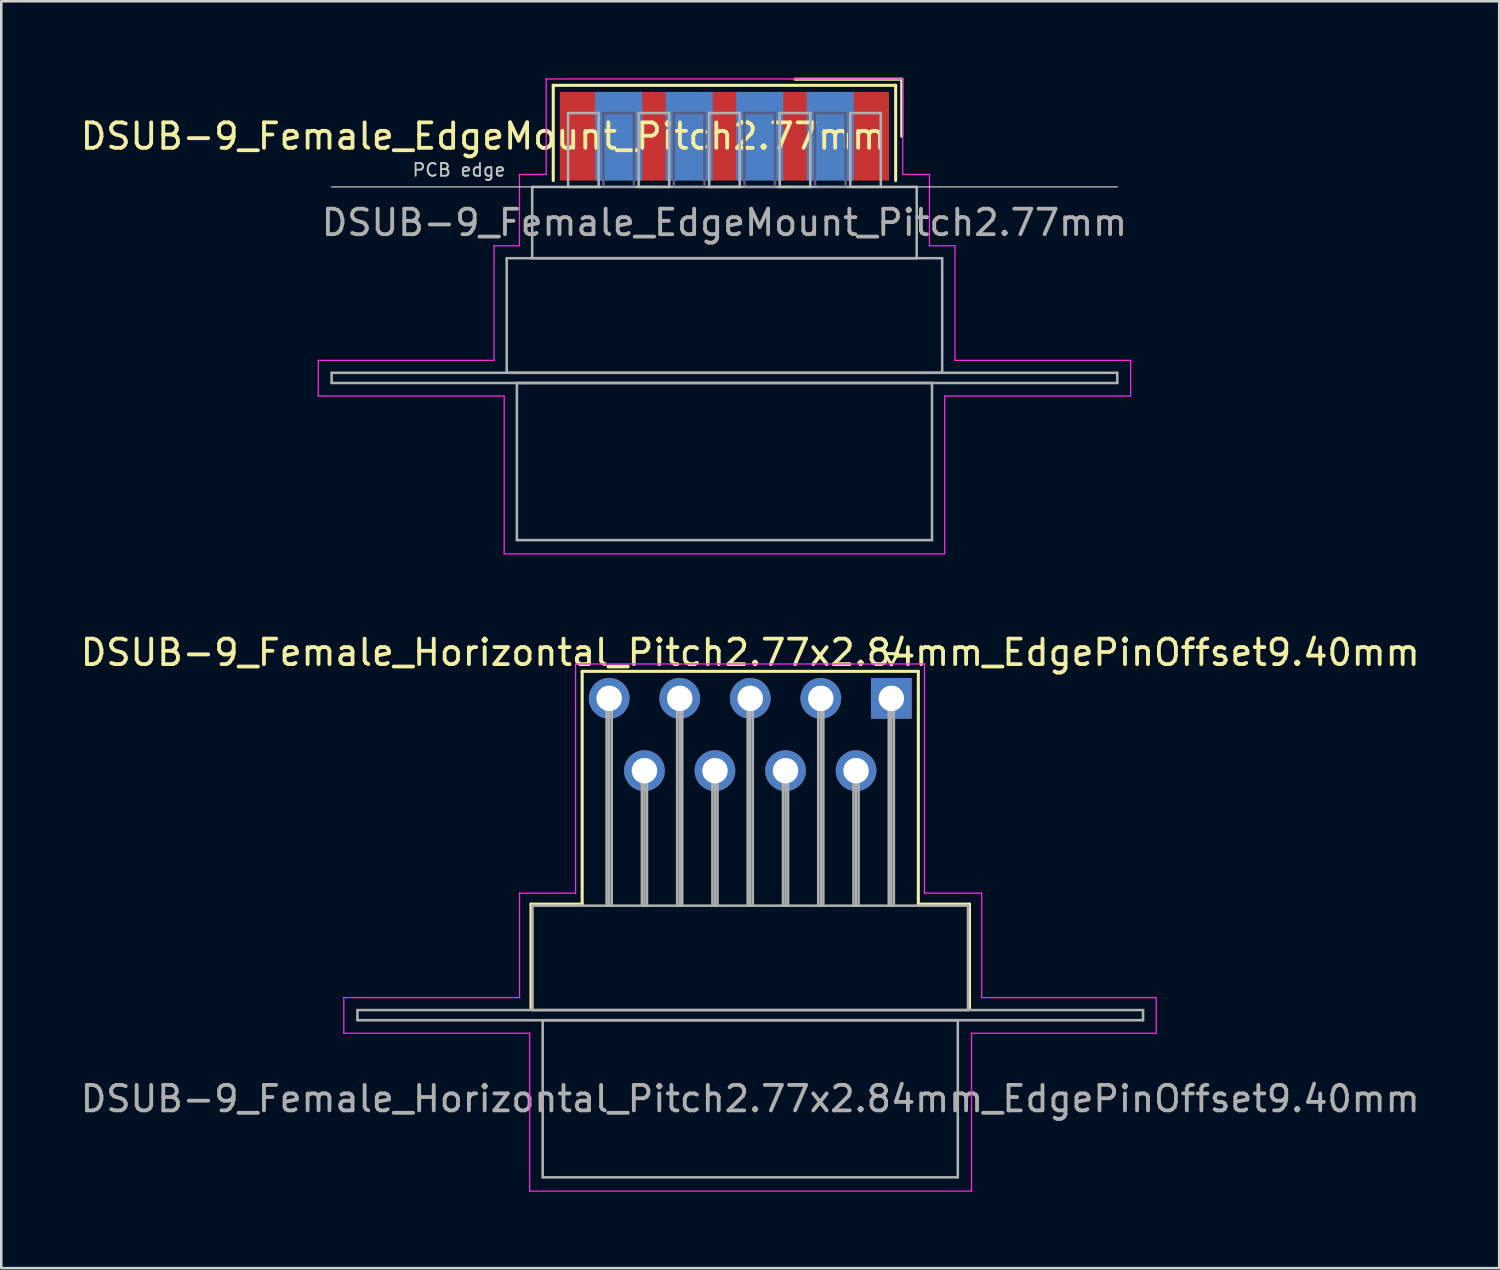
<source format=kicad_pcb>
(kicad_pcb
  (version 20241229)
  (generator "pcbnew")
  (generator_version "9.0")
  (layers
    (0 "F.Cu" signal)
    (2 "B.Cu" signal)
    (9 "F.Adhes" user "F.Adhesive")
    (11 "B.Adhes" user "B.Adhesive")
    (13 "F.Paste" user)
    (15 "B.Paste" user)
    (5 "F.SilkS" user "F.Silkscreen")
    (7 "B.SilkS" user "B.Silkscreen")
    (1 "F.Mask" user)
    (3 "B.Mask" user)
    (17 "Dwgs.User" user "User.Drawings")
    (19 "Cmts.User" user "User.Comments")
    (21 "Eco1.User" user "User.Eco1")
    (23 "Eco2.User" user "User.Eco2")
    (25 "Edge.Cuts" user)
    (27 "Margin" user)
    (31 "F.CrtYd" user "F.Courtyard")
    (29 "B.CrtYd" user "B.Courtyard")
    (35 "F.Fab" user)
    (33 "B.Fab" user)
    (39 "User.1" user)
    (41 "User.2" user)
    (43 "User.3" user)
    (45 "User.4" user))
  (footprint "DSUB-9_Female_Horizontal_Pitch2.77x2.84mm_EdgePinOffset9.40mm"
    (layer "F.Cu")
    (at 31.951 24.373)
    (property "Reference" "DSUB-9_Female_Horizontal_Pitch2.77x2.84mm_EdgePinOffset9.40mm" (at -5.54 -1.8 0) (layer "F.SilkS") (effects (font (size 1 1) (thickness 0.15))))
    (attr through_hole)
    (fp_line (start -14.15 8.08) (end -12.14 8.08) (stroke (width 0.12) (type solid)) (layer "F.SilkS"))
    (fp_line (start -14.15 12.18) (end -14.15 8.08) (stroke (width 0.12) (type solid)) (layer "F.SilkS"))
    (fp_line (start -12.14 -1.06) (end 1.06 -1.06) (stroke (width 0.12) (type solid)) (layer "F.SilkS"))
    (fp_line (start -12.14 8.08) (end -12.14 -1.06) (stroke (width 0.12) (type solid)) (layer "F.SilkS"))
    (fp_line (start -0.25 -1.754) (end 0.25 -1.754) (stroke (width 0.12) (type solid)) (layer "F.SilkS"))
    (fp_line (start 0 -1.321) (end -0.25 -1.754) (stroke (width 0.12) (type solid)) (layer "F.SilkS"))
    (fp_line (start 0.25 -1.754) (end 0 -1.321) (stroke (width 0.12) (type solid)) (layer "F.SilkS"))
    (fp_line (start 1.06 -1.06) (end 1.06 8.08) (stroke (width 0.12) (type solid)) (layer "F.SilkS"))
    (fp_line (start 1.06 8.08) (end 3.07 8.08) (stroke (width 0.12) (type solid)) (layer "F.SilkS"))
    (fp_line (start 3.07 8.08) (end 3.07 12.18) (stroke (width 0.12) (type solid)) (layer "F.SilkS"))
    (fp_line (start -21.5 11.75) (end -14.6 11.75) (stroke (width 0.05) (type solid)) (layer "F.CrtYd"))
    (fp_line (start -21.5 13.15) (end -21.5 11.75) (stroke (width 0.05) (type solid)) (layer "F.CrtYd"))
    (fp_line (start -14.6 7.65) (end -12.4 7.65) (stroke (width 0.05) (type solid)) (layer "F.CrtYd"))
    (fp_line (start -14.6 11.75) (end -14.6 7.65) (stroke (width 0.05) (type solid)) (layer "F.CrtYd"))
    (fp_line (start -14.2 13.15) (end -21.5 13.15) (stroke (width 0.05) (type solid)) (layer "F.CrtYd"))
    (fp_line (start -14.2 19.35) (end -14.2 13.15) (stroke (width 0.05) (type solid)) (layer "F.CrtYd"))
    (fp_line (start -12.4 -1.35) (end 1.3 -1.35) (stroke (width 0.05) (type solid)) (layer "F.CrtYd"))
    (fp_line (start -12.4 7.65) (end -12.4 -1.35) (stroke (width 0.05) (type solid)) (layer "F.CrtYd"))
    (fp_line (start 1.3 -1.35) (end 1.3 7.65) (stroke (width 0.05) (type solid)) (layer "F.CrtYd"))
    (fp_line (start 1.3 7.65) (end 3.55 7.65) (stroke (width 0.05) (type solid)) (layer "F.CrtYd"))
    (fp_line (start 3.15 13.15) (end 3.15 19.35) (stroke (width 0.05) (type solid)) (layer "F.CrtYd"))
    (fp_line (start 3.15 19.35) (end -14.2 19.35) (stroke (width 0.05) (type solid)) (layer "F.CrtYd"))
    (fp_line (start 3.55 7.65) (end 3.55 11.75) (stroke (width 0.05) (type solid)) (layer "F.CrtYd"))
    (fp_line (start 3.55 11.75) (end 10.4 11.75) (stroke (width 0.05) (type solid)) (layer "F.CrtYd"))
    (fp_line (start 10.4 11.75) (end 10.4 13.15) (stroke (width 0.05) (type solid)) (layer "F.CrtYd"))
    (fp_line (start 10.4 13.15) (end 3.15 13.15) (stroke (width 0.05) (type solid)) (layer "F.CrtYd"))
    (fp_line (start -20.965 12.24) (end -20.965 12.64) (stroke (width 0.1) (type solid)) (layer "F.Fab"))
    (fp_line (start -20.965 12.64) (end 9.885 12.64) (stroke (width 0.1) (type solid)) (layer "F.Fab"))
    (fp_line (start -14.09 8.14) (end -14.09 12.24) (stroke (width 0.1) (type solid)) (layer "F.Fab"))
    (fp_line (start -14.09 12.24) (end 3.01 12.24) (stroke (width 0.1) (type solid)) (layer "F.Fab"))
    (fp_line (start -13.69 12.64) (end -13.69 18.81) (stroke (width 0.1) (type solid)) (layer "F.Fab"))
    (fp_line (start -13.69 18.81) (end 2.61 18.81) (stroke (width 0.1) (type solid)) (layer "F.Fab"))
    (fp_line (start -11.18 0) (end -11.18 8.14) (stroke (width 0.1) (type solid)) (layer "F.Fab"))
    (fp_line (start -11.08 0) (end -11.08 8.14) (stroke (width 0.1) (type solid)) (layer "F.Fab"))
    (fp_line (start -10.98 0) (end -10.98 8.14) (stroke (width 0.1) (type solid)) (layer "F.Fab"))
    (fp_line (start -9.795 2.84) (end -9.795 8.14) (stroke (width 0.1) (type solid)) (layer "F.Fab"))
    (fp_line (start -9.695 2.84) (end -9.695 8.14) (stroke (width 0.1) (type solid)) (layer "F.Fab"))
    (fp_line (start -9.595 2.84) (end -9.595 8.14) (stroke (width 0.1) (type solid)) (layer "F.Fab"))
    (fp_line (start -8.41 0) (end -8.41 8.14) (stroke (width 0.1) (type solid)) (layer "F.Fab"))
    (fp_line (start -8.31 0) (end -8.31 8.14) (stroke (width 0.1) (type solid)) (layer "F.Fab"))
    (fp_line (start -8.21 0) (end -8.21 8.14) (stroke (width 0.1) (type solid)) (layer "F.Fab"))
    (fp_line (start -7.025 2.84) (end -7.025 8.14) (stroke (width 0.1) (type solid)) (layer "F.Fab"))
    (fp_line (start -6.925 2.84) (end -6.925 8.14) (stroke (width 0.1) (type solid)) (layer "F.Fab"))
    (fp_line (start -6.825 2.84) (end -6.825 8.14) (stroke (width 0.1) (type solid)) (layer "F.Fab"))
    (fp_line (start -5.64 0) (end -5.64 8.14) (stroke (width 0.1) (type solid)) (layer "F.Fab"))
    (fp_line (start -5.54 0) (end -5.54 8.14) (stroke (width 0.1) (type solid)) (layer "F.Fab"))
    (fp_line (start -5.44 0) (end -5.44 8.14) (stroke (width 0.1) (type solid)) (layer "F.Fab"))
    (fp_line (start -4.255 2.84) (end -4.255 8.14) (stroke (width 0.1) (type solid)) (layer "F.Fab"))
    (fp_line (start -4.155 2.84) (end -4.155 8.14) (stroke (width 0.1) (type solid)) (layer "F.Fab"))
    (fp_line (start -4.055 2.84) (end -4.055 8.14) (stroke (width 0.1) (type solid)) (layer "F.Fab"))
    (fp_line (start -2.87 0) (end -2.87 8.14) (stroke (width 0.1) (type solid)) (layer "F.Fab"))
    (fp_line (start -2.77 0) (end -2.77 8.14) (stroke (width 0.1) (type solid)) (layer "F.Fab"))
    (fp_line (start -2.67 0) (end -2.67 8.14) (stroke (width 0.1) (type solid)) (layer "F.Fab"))
    (fp_line (start -1.485 2.84) (end -1.485 8.14) (stroke (width 0.1) (type solid)) (layer "F.Fab"))
    (fp_line (start -1.385 2.84) (end -1.385 8.14) (stroke (width 0.1) (type solid)) (layer "F.Fab"))
    (fp_line (start -1.285 2.84) (end -1.285 8.14) (stroke (width 0.1) (type solid)) (layer "F.Fab"))
    (fp_line (start -0.1 0) (end -0.1 8.14) (stroke (width 0.1) (type solid)) (layer "F.Fab"))
    (fp_line (start 0 0) (end 0 8.14) (stroke (width 0.1) (type solid)) (layer "F.Fab"))
    (fp_line (start 0.1 0) (end 0.1 8.14) (stroke (width 0.1) (type solid)) (layer "F.Fab"))
    (fp_line (start 2.61 12.64) (end -13.69 12.64) (stroke (width 0.1) (type solid)) (layer "F.Fab"))
    (fp_line (start 2.61 18.81) (end 2.61 12.64) (stroke (width 0.1) (type solid)) (layer "F.Fab"))
    (fp_line (start 3.01 8.14) (end -14.09 8.14) (stroke (width 0.1) (type solid)) (layer "F.Fab"))
    (fp_line (start 3.01 12.24) (end 3.01 8.14) (stroke (width 0.1) (type solid)) (layer "F.Fab"))
    (fp_line (start 9.885 12.24) (end -20.965 12.24) (stroke (width 0.1) (type solid)) (layer "F.Fab"))
    (fp_line (start 9.885 12.64) (end 9.885 12.24) (stroke (width 0.1) (type solid)) (layer "F.Fab"))
    (fp_text user "${REFERENCE}" (at -5.54 15.725 0) (layer "F.Fab") (effects (font (size 1 1) (thickness 0.15))))
    (pad "1" thru_hole rect (at 0 0) (size 1.6 1.6) (drill 1) (layers "*.Cu" "*.Mask"))
    (pad "2" thru_hole circle (at -2.77 0) (size 1.6 1.6) (drill 1) (layers "*.Cu" "*.Mask"))
    (pad "3" thru_hole circle (at -5.54 0) (size 1.6 1.6) (drill 1) (layers "*.Cu" "*.Mask"))
    (pad "4" thru_hole circle (at -8.31 0) (size 1.6 1.6) (drill 1) (layers "*.Cu" "*.Mask"))
    (pad "5" thru_hole circle (at -11.08 0) (size 1.6 1.6) (drill 1) (layers "*.Cu" "*.Mask"))
    (pad "6" thru_hole circle (at -1.385 2.84) (size 1.6 1.6) (drill 1) (layers "*.Cu" "*.Mask"))
    (pad "7" thru_hole circle (at -4.155 2.84) (size 1.6 1.6) (drill 1) (layers "*.Cu" "*.Mask"))
    (pad "8" thru_hole circle (at -6.925 2.84) (size 1.6 1.6) (drill 1) (layers "*.Cu" "*.Mask"))
    (pad "9" thru_hole circle (at -9.695 2.84) (size 1.6 1.6) (drill 1) (layers "*.Cu" "*.Mask")))
  (footprint "DSUB-9_Female_EdgeMount_Pitch2.77mm"
    (layer "F.Cu")
    (at 25.398 2.3)
    (property "Reference" "DSUB-9_Female_EdgeMount_Pitch2.77mm" (at -9.463 0 0) (layer "F.SilkS") (effects (font (size 1 1) (thickness 0.15))))
    (attr smd)
    (fp_line (start -6.723 -2) (end -6.723 1.74) (stroke (width 0.12) (type solid)) (layer "F.SilkS"))
    (fp_line (start 6.723 -2) (end -6.723 -2) (stroke (width 0.12) (type solid)) (layer "F.SilkS"))
    (fp_line (start 6.723 1.74) (end 6.723 -2) (stroke (width 0.12) (type solid)) (layer "F.SilkS"))
    (fp_line (start 6.963 -2.24) (end 2.77 -2.24) (stroke (width 0.12) (type solid)) (layer "F.SilkS"))
    (fp_line (start 6.963 0) (end 6.963 -2.24) (stroke (width 0.12) (type solid)) (layer "F.SilkS"))
    (fp_line (start -15.425 1.99) (end 15.425 1.99) (stroke (width 0.05) (type solid)) (layer "Dwgs.User"))
    (fp_line (start -15.95 8.8) (end -9.05 8.8) (stroke (width 0.05) (type solid)) (layer "F.CrtYd"))
    (fp_line (start -15.95 10.2) (end -15.95 8.8) (stroke (width 0.05) (type solid)) (layer "F.CrtYd"))
    (fp_line (start -9.05 4.3) (end -8.05 4.3) (stroke (width 0.05) (type solid)) (layer "F.CrtYd"))
    (fp_line (start -9.05 8.8) (end -9.05 4.3) (stroke (width 0.05) (type solid)) (layer "F.CrtYd"))
    (fp_line (start -8.65 10.2) (end -15.95 10.2) (stroke (width 0.05) (type solid)) (layer "F.CrtYd"))
    (fp_line (start -8.65 16.4) (end -8.65 10.2) (stroke (width 0.05) (type solid)) (layer "F.CrtYd"))
    (fp_line (start -8.05 1.5) (end -7 1.5) (stroke (width 0.05) (type solid)) (layer "F.CrtYd"))
    (fp_line (start -8.05 4.3) (end -8.05 1.5) (stroke (width 0.05) (type solid)) (layer "F.CrtYd"))
    (fp_line (start -7 -2.25) (end 7 -2.25) (stroke (width 0.05) (type solid)) (layer "F.CrtYd"))
    (fp_line (start -7 1.5) (end -7 -2.25) (stroke (width 0.05) (type solid)) (layer "F.CrtYd"))
    (fp_line (start 7 -2.25) (end 7 1.5) (stroke (width 0.05) (type solid)) (layer "F.CrtYd"))
    (fp_line (start 7 1.5) (end 8.05 1.5) (stroke (width 0.05) (type solid)) (layer "F.CrtYd"))
    (fp_line (start 8.05 1.5) (end 8.05 4.3) (stroke (width 0.05) (type solid)) (layer "F.CrtYd"))
    (fp_line (start 8.05 4.3) (end 9.05 4.3) (stroke (width 0.05) (type solid)) (layer "F.CrtYd"))
    (fp_line (start 8.65 10.2) (end 8.65 16.4) (stroke (width 0.05) (type solid)) (layer "F.CrtYd"))
    (fp_line (start 8.65 16.4) (end -8.65 16.4) (stroke (width 0.05) (type solid)) (layer "F.CrtYd"))
    (fp_line (start 9.05 4.3) (end 9.05 8.8) (stroke (width 0.05) (type solid)) (layer "F.CrtYd"))
    (fp_line (start 9.05 8.8) (end 15.95 8.8) (stroke (width 0.05) (type solid)) (layer "F.CrtYd"))
    (fp_line (start 15.95 8.8) (end 15.95 10.2) (stroke (width 0.05) (type solid)) (layer "F.CrtYd"))
    (fp_line (start 15.95 10.2) (end 8.65 10.2) (stroke (width 0.05) (type solid)) (layer "F.CrtYd"))
    (fp_line (start -4.755 -0.91) (end -4.755 1.99) (stroke (width 0.1) (type solid)) (layer "B.Fab"))
    (fp_line (start -4.755 1.99) (end -3.555 1.99) (stroke (width 0.1) (type solid)) (layer "B.Fab"))
    (fp_line (start -3.555 -0.91) (end -4.755 -0.91) (stroke (width 0.1) (type solid)) (layer "B.Fab"))
    (fp_line (start -3.555 1.99) (end -3.555 -0.91) (stroke (width 0.1) (type solid)) (layer "B.Fab"))
    (fp_line (start -1.985 -0.91) (end -1.985 1.99) (stroke (width 0.1) (type solid)) (layer "B.Fab"))
    (fp_line (start -1.985 1.99) (end -0.785 1.99) (stroke (width 0.1) (type solid)) (layer "B.Fab"))
    (fp_line (start -0.785 -0.91) (end -1.985 -0.91) (stroke (width 0.1) (type solid)) (layer "B.Fab"))
    (fp_line (start -0.785 1.99) (end -0.785 -0.91) (stroke (width 0.1) (type solid)) (layer "B.Fab"))
    (fp_line (start 0.785 -0.91) (end 0.785 1.99) (stroke (width 0.1) (type solid)) (layer "B.Fab"))
    (fp_line (start 0.785 1.99) (end 1.985 1.99) (stroke (width 0.1) (type solid)) (layer "B.Fab"))
    (fp_line (start 1.985 -0.91) (end 0.785 -0.91) (stroke (width 0.1) (type solid)) (layer "B.Fab"))
    (fp_line (start 1.985 1.99) (end 1.985 -0.91) (stroke (width 0.1) (type solid)) (layer "B.Fab"))
    (fp_line (start 3.555 -0.91) (end 3.555 1.99) (stroke (width 0.1) (type solid)) (layer "B.Fab"))
    (fp_line (start 3.555 1.99) (end 4.755 1.99) (stroke (width 0.1) (type solid)) (layer "B.Fab"))
    (fp_line (start 4.755 -0.91) (end 3.555 -0.91) (stroke (width 0.1) (type solid)) (layer "B.Fab"))
    (fp_line (start 4.755 1.99) (end 4.755 -0.91) (stroke (width 0.1) (type solid)) (layer "B.Fab"))
    (fp_line (start -15.425 9.29) (end -15.425 9.69) (stroke (width 0.1) (type solid)) (layer "F.Fab"))
    (fp_line (start -15.425 9.69) (end 15.425 9.69) (stroke (width 0.1) (type solid)) (layer "F.Fab"))
    (fp_line (start -8.55 4.79) (end -8.55 9.29) (stroke (width 0.1) (type solid)) (layer "F.Fab"))
    (fp_line (start -8.55 9.29) (end 8.55 9.29) (stroke (width 0.1) (type solid)) (layer "F.Fab"))
    (fp_line (start -8.15 9.69) (end -8.15 15.86) (stroke (width 0.1) (type solid)) (layer "F.Fab"))
    (fp_line (start -8.15 15.86) (end 8.15 15.86) (stroke (width 0.1) (type solid)) (layer "F.Fab"))
    (fp_line (start -7.55 1.99) (end -7.55 4.79) (stroke (width 0.1) (type solid)) (layer "F.Fab"))
    (fp_line (start -7.55 4.79) (end 7.55 4.79) (stroke (width 0.1) (type solid)) (layer "F.Fab"))
    (fp_line (start -6.14 -0.91) (end -6.14 1.99) (stroke (width 0.1) (type solid)) (layer "F.Fab"))
    (fp_line (start -6.14 1.99) (end -4.94 1.99) (stroke (width 0.1) (type solid)) (layer "F.Fab"))
    (fp_line (start -4.94 -0.91) (end -6.14 -0.91) (stroke (width 0.1) (type solid)) (layer "F.Fab"))
    (fp_line (start -4.94 1.99) (end -4.94 -0.91) (stroke (width 0.1) (type solid)) (layer "F.Fab"))
    (fp_line (start -3.37 -0.91) (end -3.37 1.99) (stroke (width 0.1) (type solid)) (layer "F.Fab"))
    (fp_line (start -3.37 1.99) (end -2.17 1.99) (stroke (width 0.1) (type solid)) (layer "F.Fab"))
    (fp_line (start -2.17 -0.91) (end -3.37 -0.91) (stroke (width 0.1) (type solid)) (layer "F.Fab"))
    (fp_line (start -2.17 1.99) (end -2.17 -0.91) (stroke (width 0.1) (type solid)) (layer "F.Fab"))
    (fp_line (start -0.6 -0.91) (end -0.6 1.99) (stroke (width 0.1) (type solid)) (layer "F.Fab"))
    (fp_line (start -0.6 1.99) (end 0.6 1.99) (stroke (width 0.1) (type solid)) (layer "F.Fab"))
    (fp_line (start 0.6 -0.91) (end -0.6 -0.91) (stroke (width 0.1) (type solid)) (layer "F.Fab"))
    (fp_line (start 0.6 1.99) (end 0.6 -0.91) (stroke (width 0.1) (type solid)) (layer "F.Fab"))
    (fp_line (start 2.17 -0.91) (end 2.17 1.99) (stroke (width 0.1) (type solid)) (layer "F.Fab"))
    (fp_line (start 2.17 1.99) (end 3.37 1.99) (stroke (width 0.1) (type solid)) (layer "F.Fab"))
    (fp_line (start 3.37 -0.91) (end 2.17 -0.91) (stroke (width 0.1) (type solid)) (layer "F.Fab"))
    (fp_line (start 3.37 1.99) (end 3.37 -0.91) (stroke (width 0.1) (type solid)) (layer "F.Fab"))
    (fp_line (start 4.94 -0.91) (end 4.94 1.99) (stroke (width 0.1) (type solid)) (layer "F.Fab"))
    (fp_line (start 4.94 1.99) (end 6.14 1.99) (stroke (width 0.1) (type solid)) (layer "F.Fab"))
    (fp_line (start 6.14 -0.91) (end 4.94 -0.91) (stroke (width 0.1) (type solid)) (layer "F.Fab"))
    (fp_line (start 6.14 1.99) (end 6.14 -0.91) (stroke (width 0.1) (type solid)) (layer "F.Fab"))
    (fp_line (start 7.55 1.99) (end -7.55 1.99) (stroke (width 0.1) (type solid)) (layer "F.Fab"))
    (fp_line (start 7.55 4.79) (end 7.55 1.99) (stroke (width 0.1) (type solid)) (layer "F.Fab"))
    (fp_line (start 8.15 9.69) (end -8.15 9.69) (stroke (width 0.1) (type solid)) (layer "F.Fab"))
    (fp_line (start 8.15 15.86) (end 8.15 9.69) (stroke (width 0.1) (type solid)) (layer "F.Fab"))
    (fp_line (start 8.55 4.79) (end -8.55 4.79) (stroke (width 0.1) (type solid)) (layer "F.Fab"))
    (fp_line (start 8.55 9.29) (end 8.55 4.79) (stroke (width 0.1) (type solid)) (layer "F.Fab"))
    (fp_line (start 15.425 9.29) (end -15.425 9.29) (stroke (width 0.1) (type solid)) (layer "F.Fab"))
    (fp_line (start 15.425 9.69) (end 15.425 9.29) (stroke (width 0.1) (type solid)) (layer "F.Fab"))
    (fp_text user "PCB edge" (at -10.425 1.323 0) (layer "Dwgs.User") (effects (font (size 0.5 0.5) (thickness 0.075))))
    (fp_text user "${REFERENCE}" (at 0 3.39 0) (layer "F.Fab") (effects (font (size 1 1) (thickness 0.15))))
    (pad "1" smd rect (at 5.54 0) (size 1.847 3.48) (layers "F.Cu" "F.Mask" "F.Paste"))
    (pad "2" smd rect (at 2.77 0) (size 1.847 3.48) (layers "F.Cu" "F.Mask" "F.Paste"))
    (pad "3" smd rect (at 0 0) (size 1.847 3.48) (layers "F.Cu" "F.Mask" "F.Paste"))
    (pad "4" smd rect (at -2.77 0) (size 1.847 3.48) (layers "F.Cu" "F.Mask" "F.Paste"))
    (pad "5" smd rect (at -5.54 0) (size 1.847 3.48) (layers "F.Cu" "F.Mask" "F.Paste"))
    (pad "6" smd rect (at 4.155 0) (size 1.847 3.48) (layers "B.Cu" "B.Mask" "B.Paste"))
    (pad "7" smd rect (at 1.385 0) (size 1.847 3.48) (layers "B.Cu" "B.Mask" "B.Paste"))
    (pad "8" smd rect (at -1.385 0) (size 1.847 3.48) (layers "B.Cu" "B.Mask" "B.Paste"))
    (pad "9" smd rect (at -4.155 0) (size 1.847 3.48) (layers "B.Cu" "B.Mask" "B.Paste")))
  (gr_rect
    (start -3 -3)
    (end 55.821 46.748)
    (stroke (width 0.1) (type default))
    (fill no)
    (layer "Edge.Cuts")))
</source>
